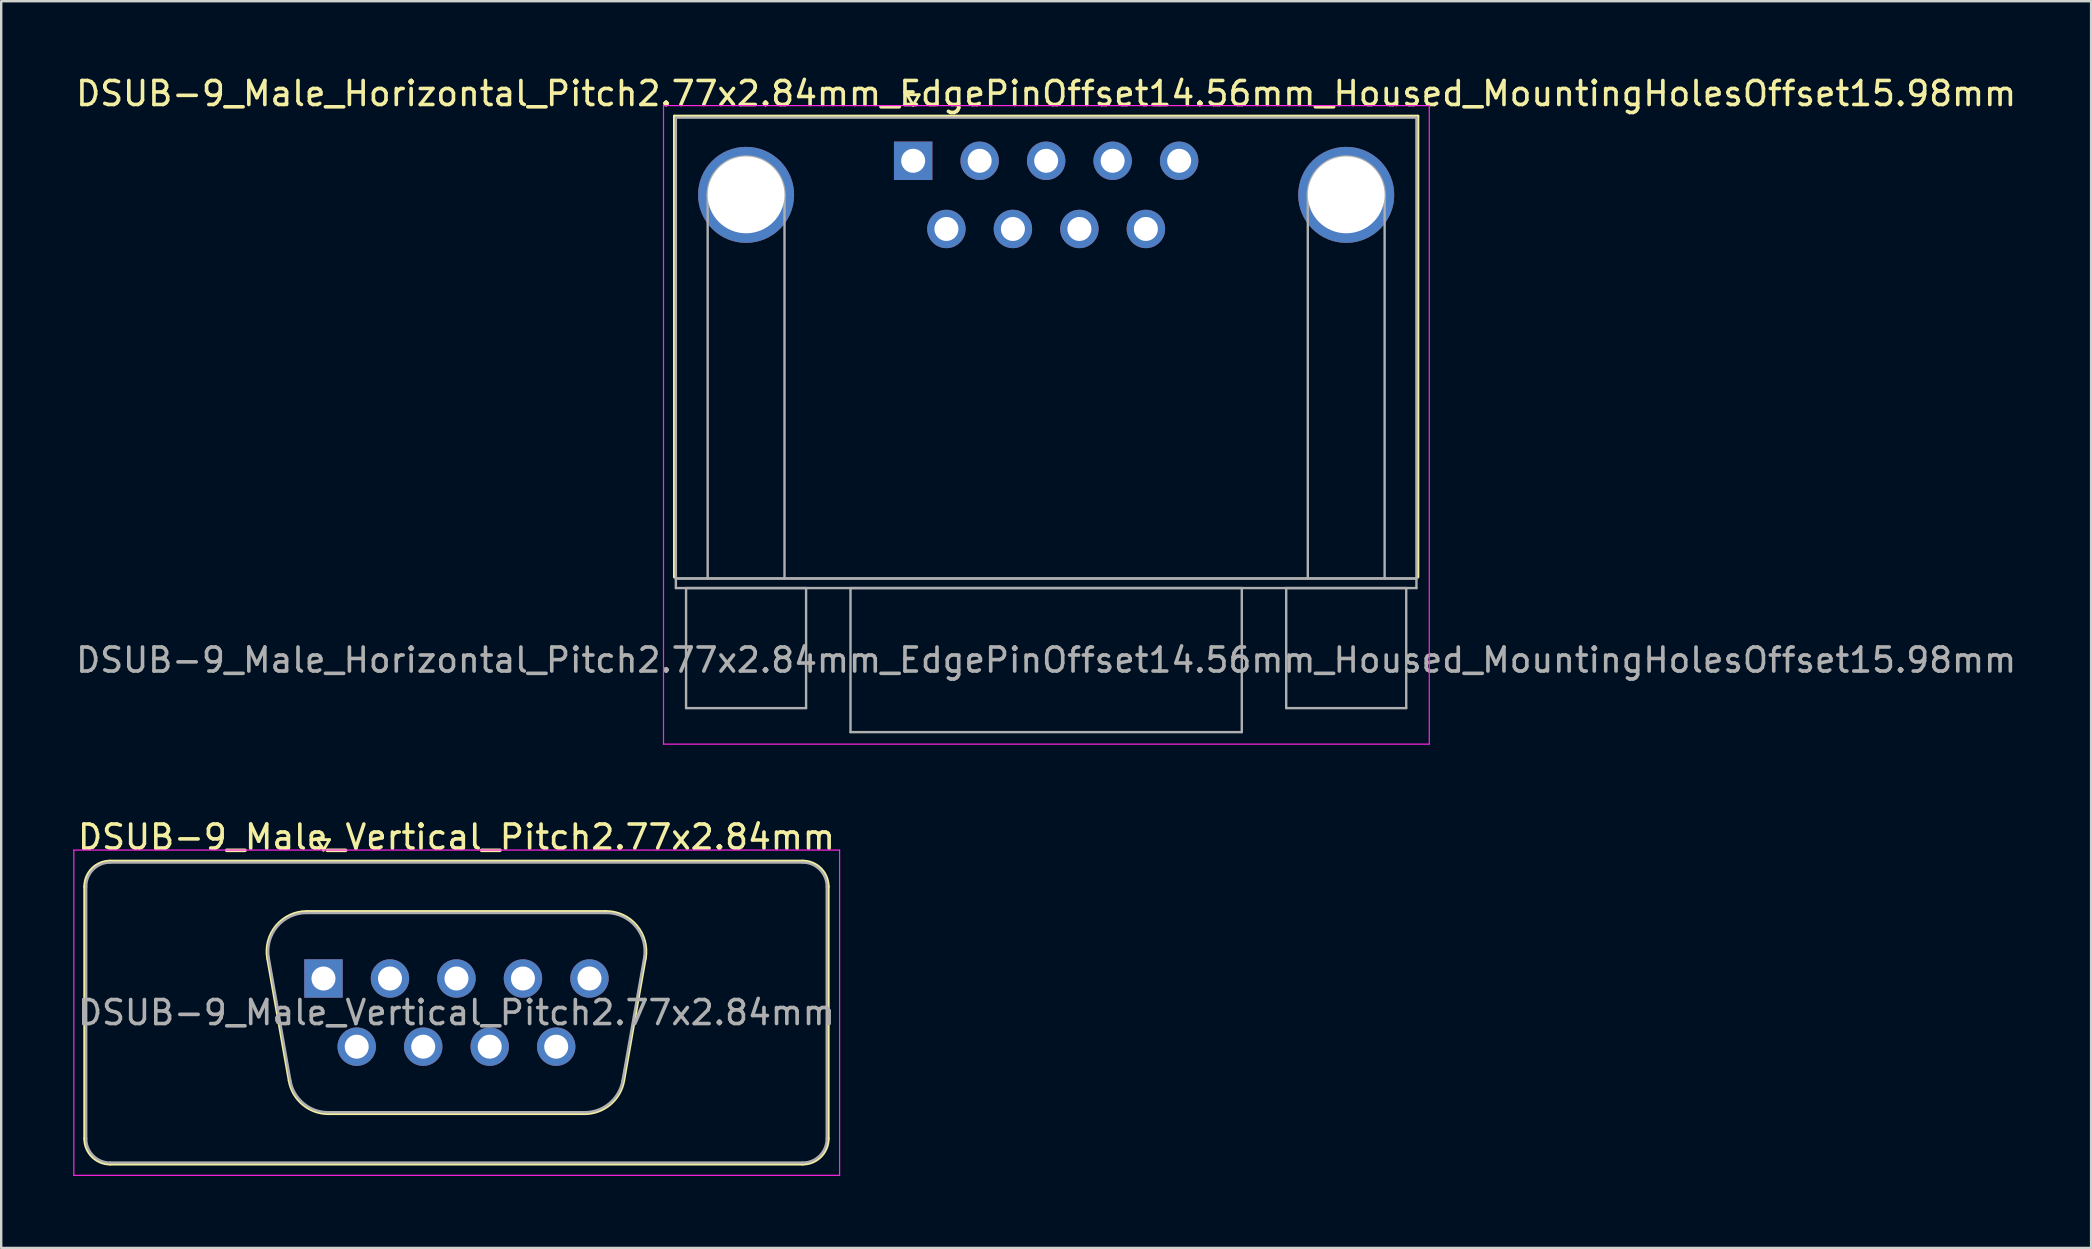
<source format=kicad_pcb>
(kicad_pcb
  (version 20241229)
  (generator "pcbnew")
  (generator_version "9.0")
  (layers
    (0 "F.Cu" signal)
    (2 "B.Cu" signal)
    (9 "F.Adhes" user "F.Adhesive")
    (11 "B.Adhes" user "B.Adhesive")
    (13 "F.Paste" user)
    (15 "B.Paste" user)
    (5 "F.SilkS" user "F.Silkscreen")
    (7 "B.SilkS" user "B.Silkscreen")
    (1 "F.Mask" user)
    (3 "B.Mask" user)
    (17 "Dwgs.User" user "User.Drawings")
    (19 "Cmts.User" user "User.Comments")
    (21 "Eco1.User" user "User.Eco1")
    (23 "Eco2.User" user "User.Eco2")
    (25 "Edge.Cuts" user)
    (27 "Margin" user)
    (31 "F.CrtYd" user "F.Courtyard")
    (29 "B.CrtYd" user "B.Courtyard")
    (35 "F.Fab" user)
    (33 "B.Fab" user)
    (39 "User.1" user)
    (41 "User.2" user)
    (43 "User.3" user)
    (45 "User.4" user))
  (footprint "DSUB-9_Male_Vertical_Pitch2.77x2.84mm"
    (layer "F.Cu")
    (at 10.425 37.712)
    (property "Reference" "DSUB-9_Male_Vertical_Pitch2.77x2.84mm" (at 5.54 -5.89 0) (layer "F.SilkS") (effects (font (size 1 1) (thickness 0.15))))
    (attr through_hole)
    (fp_line (start -9.945 6.67) (end -9.945 -3.83) (stroke (width 0.12) (type solid)) (layer "F.SilkS"))
    (fp_line (start -8.885 -4.89) (end 19.965 -4.89) (stroke (width 0.12) (type solid)) (layer "F.SilkS"))
    (fp_line (start -2.326 -0.842) (end -1.427 4.258) (stroke (width 0.12) (type solid)) (layer "F.SilkS"))
    (fp_line (start -0.692 -2.79) (end 11.772 -2.79) (stroke (width 0.12) (type solid)) (layer "F.SilkS"))
    (fp_line (start -0.25 -5.784) (end 0.25 -5.784) (stroke (width 0.12) (type solid)) (layer "F.SilkS"))
    (fp_line (start 0 -5.351) (end -0.25 -5.784) (stroke (width 0.12) (type solid)) (layer "F.SilkS"))
    (fp_line (start 0.208 5.63) (end 10.872 5.63) (stroke (width 0.12) (type solid)) (layer "F.SilkS"))
    (fp_line (start 0.25 -5.784) (end 0 -5.351) (stroke (width 0.12) (type solid)) (layer "F.SilkS"))
    (fp_line (start 13.406 -0.842) (end 12.507 4.258) (stroke (width 0.12) (type solid)) (layer "F.SilkS"))
    (fp_line (start 19.965 7.73) (end -8.885 7.73) (stroke (width 0.12) (type solid)) (layer "F.SilkS"))
    (fp_line (start 21.025 -3.83) (end 21.025 6.67) (stroke (width 0.12) (type solid)) (layer "F.SilkS"))
    (fp_arc (start -9.945 -3.83) (mid -9.634533 -4.579533) (end -8.885 -4.89) (stroke (width 0.12) (type solid)) (layer "F.SilkS"))
    (fp_arc (start -8.885 7.73) (mid -9.634533 7.419533) (end -9.945 6.67) (stroke (width 0.12) (type solid)) (layer "F.SilkS"))
    (fp_arc (start -2.32647 -0.841744) (mid -1.963323 -2.197028) (end -0.691689 -2.79) (stroke (width 0.12) (type solid)) (layer "F.SilkS"))
    (fp_arc (start 0.207579 5.63) (mid -0.859448 5.241634) (end -1.427202 4.258256) (stroke (width 0.12) (type solid)) (layer "F.SilkS"))
    (fp_arc (start 11.771689 -2.79) (mid 13.043323 -2.197027) (end 13.40647 -0.841744) (stroke (width 0.12) (type solid)) (layer "F.SilkS"))
    (fp_arc (start 12.507202 4.258256) (mid 11.939449 5.241634) (end 10.872421 5.63) (stroke (width 0.12) (type solid)) (layer "F.SilkS"))
    (fp_arc (start 19.965 -4.89) (mid 20.714533 -4.579533) (end 21.025 -3.83) (stroke (width 0.12) (type solid)) (layer "F.SilkS"))
    (fp_arc (start 21.025 6.67) (mid 20.714533 7.419533) (end 19.965 7.73) (stroke (width 0.12) (type solid)) (layer "F.SilkS"))
    (fp_line (start -10.4 -5.35) (end -10.4 8.2) (stroke (width 0.05) (type solid)) (layer "F.CrtYd"))
    (fp_line (start -10.4 8.2) (end 21.5 8.2) (stroke (width 0.05) (type solid)) (layer "F.CrtYd"))
    (fp_line (start 21.5 -5.35) (end -10.4 -5.35) (stroke (width 0.05) (type solid)) (layer "F.CrtYd"))
    (fp_line (start 21.5 8.2) (end 21.5 -5.35) (stroke (width 0.05) (type solid)) (layer "F.CrtYd"))
    (fp_line (start -9.885 6.67) (end -9.885 -3.83) (stroke (width 0.1) (type solid)) (layer "F.Fab"))
    (fp_line (start -8.885 -4.83) (end 19.965 -4.83) (stroke (width 0.1) (type solid)) (layer "F.Fab"))
    (fp_line (start -2.279 -0.852) (end -1.38 4.248) (stroke (width 0.1) (type solid)) (layer "F.Fab"))
    (fp_line (start -0.703 -2.73) (end 11.783 -2.73) (stroke (width 0.1) (type solid)) (layer "F.Fab"))
    (fp_line (start 0.196 5.57) (end 10.884 5.57) (stroke (width 0.1) (type solid)) (layer "F.Fab"))
    (fp_line (start 13.359 -0.852) (end 12.46 4.248) (stroke (width 0.1) (type solid)) (layer "F.Fab"))
    (fp_line (start 19.965 7.67) (end -8.885 7.67) (stroke (width 0.1) (type solid)) (layer "F.Fab"))
    (fp_line (start 20.965 -3.83) (end 20.965 6.67) (stroke (width 0.1) (type solid)) (layer "F.Fab"))
    (fp_arc (start -9.885 -3.83) (mid -9.592107 -4.537107) (end -8.885 -4.83) (stroke (width 0.1) (type solid)) (layer "F.Fab"))
    (fp_arc (start -8.885 7.67) (mid -9.592107 7.377107) (end -9.885 6.67) (stroke (width 0.1) (type solid)) (layer "F.Fab"))
    (fp_arc (start -2.278886 -0.852163) (mid -1.928865 -2.15846) (end -0.703194 -2.73) (stroke (width 0.1) (type solid)) (layer "F.Fab"))
    (fp_arc (start 0.196073 5.57) (mid -0.832387 5.195671) (end -1.379619 4.247837) (stroke (width 0.1) (type solid)) (layer "F.Fab"))
    (fp_arc (start 11.783194 -2.73) (mid 13.008865 -2.15846) (end 13.358886 -0.852163) (stroke (width 0.1) (type solid)) (layer "F.Fab"))
    (fp_arc (start 12.459619 4.247837) (mid 11.912387 5.195671) (end 10.883927 5.57) (stroke (width 0.1) (type solid)) (layer "F.Fab"))
    (fp_arc (start 19.965 -4.83) (mid 20.672107 -4.537107) (end 20.965 -3.83) (stroke (width 0.1) (type solid)) (layer "F.Fab"))
    (fp_arc (start 20.965 6.67) (mid 20.672107 7.377107) (end 19.965 7.67) (stroke (width 0.1) (type solid)) (layer "F.Fab"))
    (fp_text user "${REFERENCE}" (at 5.54 1.42 0) (layer "F.Fab") (effects (font (size 1 1) (thickness 0.15))))
    (pad "1" thru_hole rect (at 0 0) (size 1.6 1.6) (drill 1) (layers "*.Cu" "*.Mask"))
    (pad "2" thru_hole circle (at 2.77 0) (size 1.6 1.6) (drill 1) (layers "*.Cu" "*.Mask"))
    (pad "3" thru_hole circle (at 5.54 0) (size 1.6 1.6) (drill 1) (layers "*.Cu" "*.Mask"))
    (pad "4" thru_hole circle (at 8.31 0) (size 1.6 1.6) (drill 1) (layers "*.Cu" "*.Mask"))
    (pad "5" thru_hole circle (at 11.08 0) (size 1.6 1.6) (drill 1) (layers "*.Cu" "*.Mask"))
    (pad "6" thru_hole circle (at 1.385 2.84) (size 1.6 1.6) (drill 1) (layers "*.Cu" "*.Mask"))
    (pad "7" thru_hole circle (at 4.155 2.84) (size 1.6 1.6) (drill 1) (layers "*.Cu" "*.Mask"))
    (pad "8" thru_hole circle (at 6.925 2.84) (size 1.6 1.6) (drill 1) (layers "*.Cu" "*.Mask"))
    (pad "9" thru_hole circle (at 9.695 2.84) (size 1.6 1.6) (drill 1) (layers "*.Cu" "*.Mask")))
  (footprint "DSUB-9_Male_Horizontal_Pitch2.77x2.84mm_EdgePinOffset14.56mm_Housed_MountingHolesOffset15.98mm"
    (layer "F.Cu")
    (at 34.99 3.648)
    (property "Reference" "DSUB-9_Male_Horizontal_Pitch2.77x2.84mm_EdgePinOffset14.56mm_Housed_MountingHolesOffset15.98mm" (at 5.54 -2.8 0) (layer "F.SilkS") (effects (font (size 1 1) (thickness 0.15))))
    (attr through_hole)
    (fp_line (start -9.945 -1.86) (end 21.025 -1.86) (stroke (width 0.12) (type solid)) (layer "F.SilkS"))
    (fp_line (start -9.945 17.34) (end -9.945 -1.86) (stroke (width 0.12) (type solid)) (layer "F.SilkS"))
    (fp_line (start -0.25 -2.754) (end 0.25 -2.754) (stroke (width 0.12) (type solid)) (layer "F.SilkS"))
    (fp_line (start 0 -2.321) (end -0.25 -2.754) (stroke (width 0.12) (type solid)) (layer "F.SilkS"))
    (fp_line (start 0.25 -2.754) (end 0 -2.321) (stroke (width 0.12) (type solid)) (layer "F.SilkS"))
    (fp_line (start 21.025 -1.86) (end 21.025 17.34) (stroke (width 0.12) (type solid)) (layer "F.SilkS"))
    (fp_line (start -10.4 -2.3) (end -10.4 24.3) (stroke (width 0.05) (type solid)) (layer "F.CrtYd"))
    (fp_line (start -10.4 24.3) (end 21.5 24.3) (stroke (width 0.05) (type solid)) (layer "F.CrtYd"))
    (fp_line (start 21.5 -2.3) (end -10.4 -2.3) (stroke (width 0.05) (type solid)) (layer "F.CrtYd"))
    (fp_line (start 21.5 24.3) (end 21.5 -2.3) (stroke (width 0.05) (type solid)) (layer "F.CrtYd"))
    (fp_line (start -9.885 -1.8) (end -9.885 17.4) (stroke (width 0.1) (type solid)) (layer "F.Fab"))
    (fp_line (start -9.885 17.4) (end -9.885 17.8) (stroke (width 0.1) (type solid)) (layer "F.Fab"))
    (fp_line (start -9.885 17.4) (end 20.965 17.4) (stroke (width 0.1) (type solid)) (layer "F.Fab"))
    (fp_line (start -9.885 17.8) (end 20.965 17.8) (stroke (width 0.1) (type solid)) (layer "F.Fab"))
    (fp_line (start -9.46 17.8) (end -9.46 22.8) (stroke (width 0.1) (type solid)) (layer "F.Fab"))
    (fp_line (start -9.46 22.8) (end -4.46 22.8) (stroke (width 0.1) (type solid)) (layer "F.Fab"))
    (fp_line (start -8.56 17.4) (end -8.56 1.42) (stroke (width 0.1) (type solid)) (layer "F.Fab"))
    (fp_line (start -5.36 17.4) (end -5.36 1.42) (stroke (width 0.1) (type solid)) (layer "F.Fab"))
    (fp_line (start -4.46 17.8) (end -9.46 17.8) (stroke (width 0.1) (type solid)) (layer "F.Fab"))
    (fp_line (start -4.46 22.8) (end -4.46 17.8) (stroke (width 0.1) (type solid)) (layer "F.Fab"))
    (fp_line (start -2.61 17.8) (end -2.61 23.8) (stroke (width 0.1) (type solid)) (layer "F.Fab"))
    (fp_line (start -2.61 23.8) (end 13.69 23.8) (stroke (width 0.1) (type solid)) (layer "F.Fab"))
    (fp_line (start 13.69 17.8) (end -2.61 17.8) (stroke (width 0.1) (type solid)) (layer "F.Fab"))
    (fp_line (start 13.69 23.8) (end 13.69 17.8) (stroke (width 0.1) (type solid)) (layer "F.Fab"))
    (fp_line (start 15.54 17.8) (end 15.54 22.8) (stroke (width 0.1) (type solid)) (layer "F.Fab"))
    (fp_line (start 15.54 22.8) (end 20.54 22.8) (stroke (width 0.1) (type solid)) (layer "F.Fab"))
    (fp_line (start 16.44 17.4) (end 16.44 1.42) (stroke (width 0.1) (type solid)) (layer "F.Fab"))
    (fp_line (start 19.64 17.4) (end 19.64 1.42) (stroke (width 0.1) (type solid)) (layer "F.Fab"))
    (fp_line (start 20.54 17.8) (end 15.54 17.8) (stroke (width 0.1) (type solid)) (layer "F.Fab"))
    (fp_line (start 20.54 22.8) (end 20.54 17.8) (stroke (width 0.1) (type solid)) (layer "F.Fab"))
    (fp_line (start 20.965 -1.8) (end -9.885 -1.8) (stroke (width 0.1) (type solid)) (layer "F.Fab"))
    (fp_line (start 20.965 17.4) (end -9.885 17.4) (stroke (width 0.1) (type solid)) (layer "F.Fab"))
    (fp_line (start 20.965 17.4) (end 20.965 -1.8) (stroke (width 0.1) (type solid)) (layer "F.Fab"))
    (fp_line (start 20.965 17.8) (end 20.965 17.4) (stroke (width 0.1) (type solid)) (layer "F.Fab"))
    (fp_arc (start -8.56 1.42) (mid -6.96 -0.18) (end -5.36 1.42) (stroke (width 0.1) (type solid)) (layer "F.Fab"))
    (fp_arc (start 16.44 1.42) (mid 18.04 -0.18) (end 19.64 1.42) (stroke (width 0.1) (type solid)) (layer "F.Fab"))
    (fp_text user "${REFERENCE}" (at 5.54 20.8 0) (layer "F.Fab") (effects (font (size 1 1) (thickness 0.15))))
    (pad "0" thru_hole circle (at -6.96 1.42) (size 4 4) (drill 3.2) (layers "*.Cu" "*.Mask"))
    (pad "0" thru_hole circle (at 18.04 1.42) (size 4 4) (drill 3.2) (layers "*.Cu" "*.Mask"))
    (pad "1" thru_hole rect (at 0 0) (size 1.6 1.6) (drill 1) (layers "*.Cu" "*.Mask"))
    (pad "2" thru_hole circle (at 2.77 0) (size 1.6 1.6) (drill 1) (layers "*.Cu" "*.Mask"))
    (pad "3" thru_hole circle (at 5.54 0) (size 1.6 1.6) (drill 1) (layers "*.Cu" "*.Mask"))
    (pad "4" thru_hole circle (at 8.31 0) (size 1.6 1.6) (drill 1) (layers "*.Cu" "*.Mask"))
    (pad "5" thru_hole circle (at 11.08 0) (size 1.6 1.6) (drill 1) (layers "*.Cu" "*.Mask"))
    (pad "6" thru_hole circle (at 1.385 2.84) (size 1.6 1.6) (drill 1) (layers "*.Cu" "*.Mask"))
    (pad "7" thru_hole circle (at 4.155 2.84) (size 1.6 1.6) (drill 1) (layers "*.Cu" "*.Mask"))
    (pad "8" thru_hole circle (at 6.925 2.84) (size 1.6 1.6) (drill 1) (layers "*.Cu" "*.Mask"))
    (pad "9" thru_hole circle (at 9.695 2.84) (size 1.6 1.6) (drill 1) (layers "*.Cu" "*.Mask")))
  (gr_rect
    (start -3 -3)
    (end 84.06 48.937)
    (stroke (width 0.1) (type default))
    (fill no)
    (layer "Edge.Cuts")))
</source>
